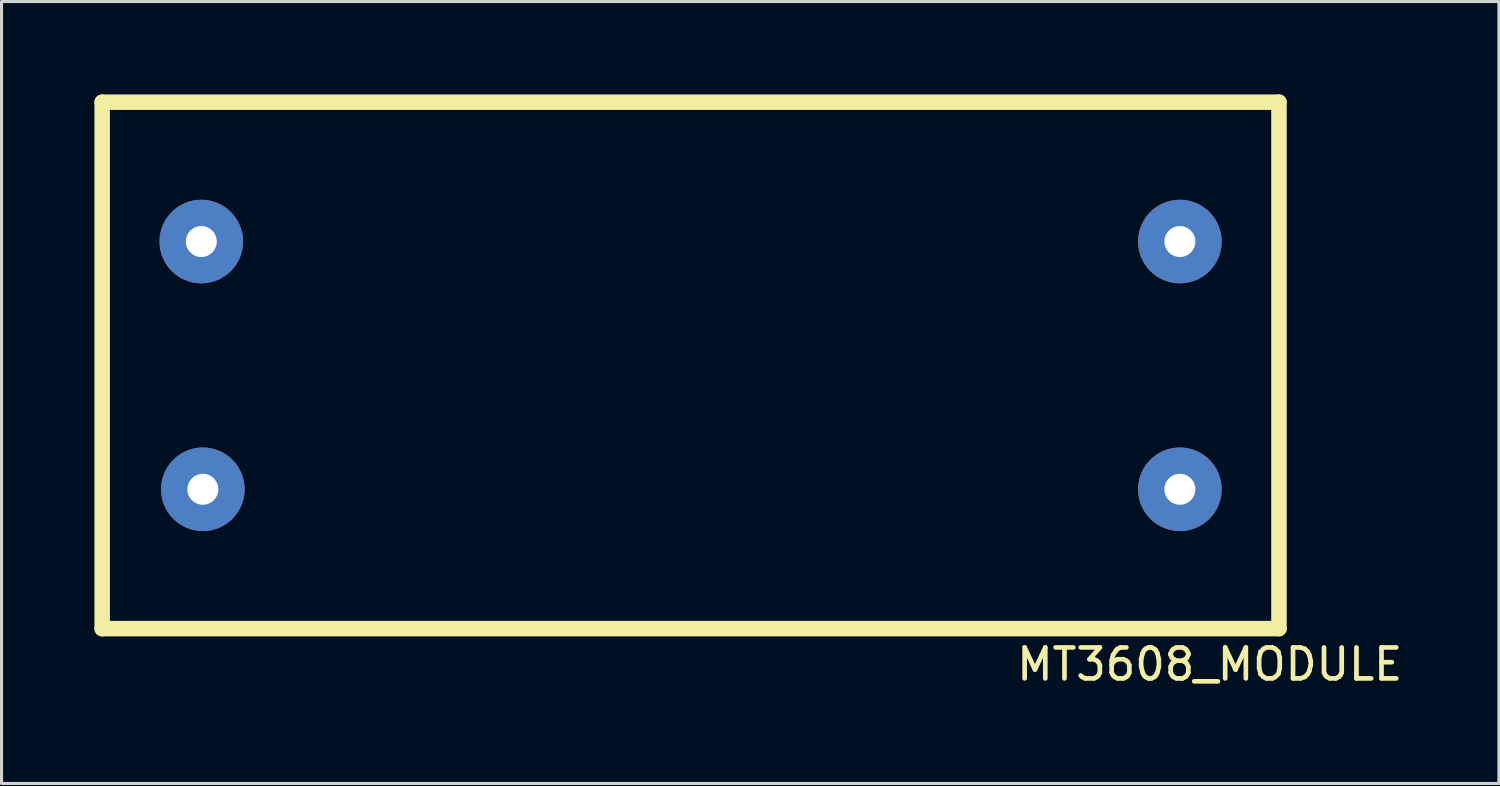
<source format=kicad_pcb>
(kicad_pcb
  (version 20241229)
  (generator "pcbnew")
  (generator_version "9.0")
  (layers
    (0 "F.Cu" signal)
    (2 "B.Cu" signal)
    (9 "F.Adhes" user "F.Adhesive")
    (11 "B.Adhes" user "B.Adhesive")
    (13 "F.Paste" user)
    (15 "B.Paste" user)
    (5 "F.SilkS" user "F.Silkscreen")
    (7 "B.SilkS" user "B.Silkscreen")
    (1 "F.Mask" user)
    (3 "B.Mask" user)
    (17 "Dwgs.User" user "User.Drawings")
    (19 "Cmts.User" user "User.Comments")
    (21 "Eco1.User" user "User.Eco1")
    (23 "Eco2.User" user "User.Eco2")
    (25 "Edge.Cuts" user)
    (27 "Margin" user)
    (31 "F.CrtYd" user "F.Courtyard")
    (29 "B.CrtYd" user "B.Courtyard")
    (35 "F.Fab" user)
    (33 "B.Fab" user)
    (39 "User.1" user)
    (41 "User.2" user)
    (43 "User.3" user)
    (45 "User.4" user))
  (footprint "MT3608_MODULE"
    (layer "F.Cu")
    (at 19.25 8.75)
    (property "Reference" "MT3608_MODULE" (at 16.764 9.652 0) (layer "F.SilkS") (effects (font (size 1 1) (thickness 0.15))))
    (attr through_hole)
    (fp_line (start -19 -8.5) (end -19 8.5) (stroke (width 0.5) (type solid)) (layer "F.SilkS"))
    (fp_line (start -19 -8.5) (end 19 -8.5) (stroke (width 0.5) (type solid)) (layer "F.SilkS"))
    (fp_line (start -19 8.5) (end 19 8.5) (stroke (width 0.5) (type solid)) (layer "F.SilkS"))
    (fp_line (start 19 -8.5) (end 19 8.5) (stroke (width 0.5) (type solid)) (layer "F.SilkS"))
    (pad "1" thru_hole circle (at 15.8 -4) (size 2.7 2.7) (drill 1) (layers "*.Cu" "*.Mask"))
    (pad "2" thru_hole circle (at 15.8 4) (size 2.7 2.7) (drill 1) (layers "*.Cu" "*.Mask"))
    (pad "3" thru_hole circle (at -15.75 4) (size 2.7 2.7) (drill 1) (layers "*.Cu" "*.Mask"))
    (pad "4" thru_hole circle (at -15.8 -4) (size 2.7 2.7) (drill 1) (layers "*.Cu" "*.Mask")))
  (gr_rect
    (start -3 -3)
    (end 45.353 22.25)
    (stroke (width 0.1) (type default))
    (fill no)
    (layer "Edge.Cuts")))
</source>
